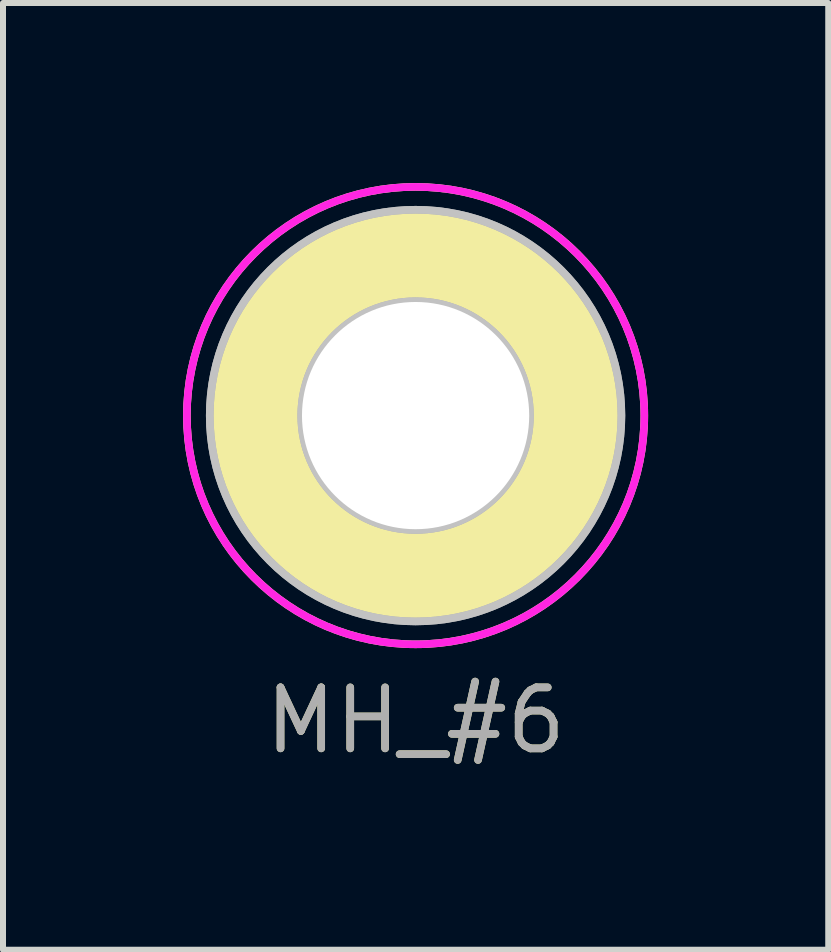
<source format=kicad_pcb>
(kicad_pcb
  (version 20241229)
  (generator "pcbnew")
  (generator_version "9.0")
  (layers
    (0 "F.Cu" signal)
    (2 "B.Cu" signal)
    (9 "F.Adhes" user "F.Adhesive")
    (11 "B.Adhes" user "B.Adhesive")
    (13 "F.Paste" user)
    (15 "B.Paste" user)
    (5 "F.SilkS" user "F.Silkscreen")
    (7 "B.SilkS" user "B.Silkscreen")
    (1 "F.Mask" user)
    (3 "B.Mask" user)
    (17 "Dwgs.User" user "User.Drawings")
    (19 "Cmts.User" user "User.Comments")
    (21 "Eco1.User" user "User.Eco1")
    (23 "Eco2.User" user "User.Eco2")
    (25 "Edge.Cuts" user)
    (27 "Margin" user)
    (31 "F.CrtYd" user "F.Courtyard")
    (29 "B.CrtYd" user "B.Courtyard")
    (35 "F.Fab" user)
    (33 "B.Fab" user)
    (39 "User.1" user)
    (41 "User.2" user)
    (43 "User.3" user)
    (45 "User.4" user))
  (footprint "MH_#6"
    (layer "F.Cu")
    (at 3.873 3.873)
    (property "Reference" "MH_#6" (at 0 5.08 0) (layer "F.SilkS") (effects (font (size 1.016 1.016) (thickness 0.127))))
    (attr through_hole)
    (fp_circle (center 0 0) (end 0 3.81) (stroke (width 0.127) (type solid)) (fill no) (layer "F.SilkS"))
    (fp_circle (center 0 0) (end 0 1.905) (stroke (width 0.127) (type solid)) (fill no) (layer "Dwgs.User"))
    (fp_circle (center 0 0) (end 0 3.429) (stroke (width 0.127) (type solid)) (fill no) (layer "Dwgs.User"))
    (fp_circle (center 0 0) (end 0 3.81) (stroke (width 0.127) (type solid)) (fill no) (layer "F.CrtYd"))
    (fp_circle (center 0 0) (end 0 1.905) (stroke (width 0.127) (type solid)) (fill no) (layer "F.Fab"))
    (fp_circle (center 0 0) (end 0 3.429) (stroke (width 0.127) (type solid)) (fill no) (layer "F.Fab"))
    (fp_text user "${REFERENCE}" (at 0 5.08 0) (layer "F.Fab") (effects (font (size 1.016 1.016) (thickness 0.127))))
    (pad "1" thru_hole circle (at 0 0) (size 6.858 6.858) (drill 3.785) (layers "*.Cu" "*.Mask" "F.SilkS")))
  (gr_rect
    (start -3 -3)
    (end 10.747 12.771)
    (stroke (width 0.1) (type default))
    (fill no)
    (layer "Edge.Cuts")))
</source>
